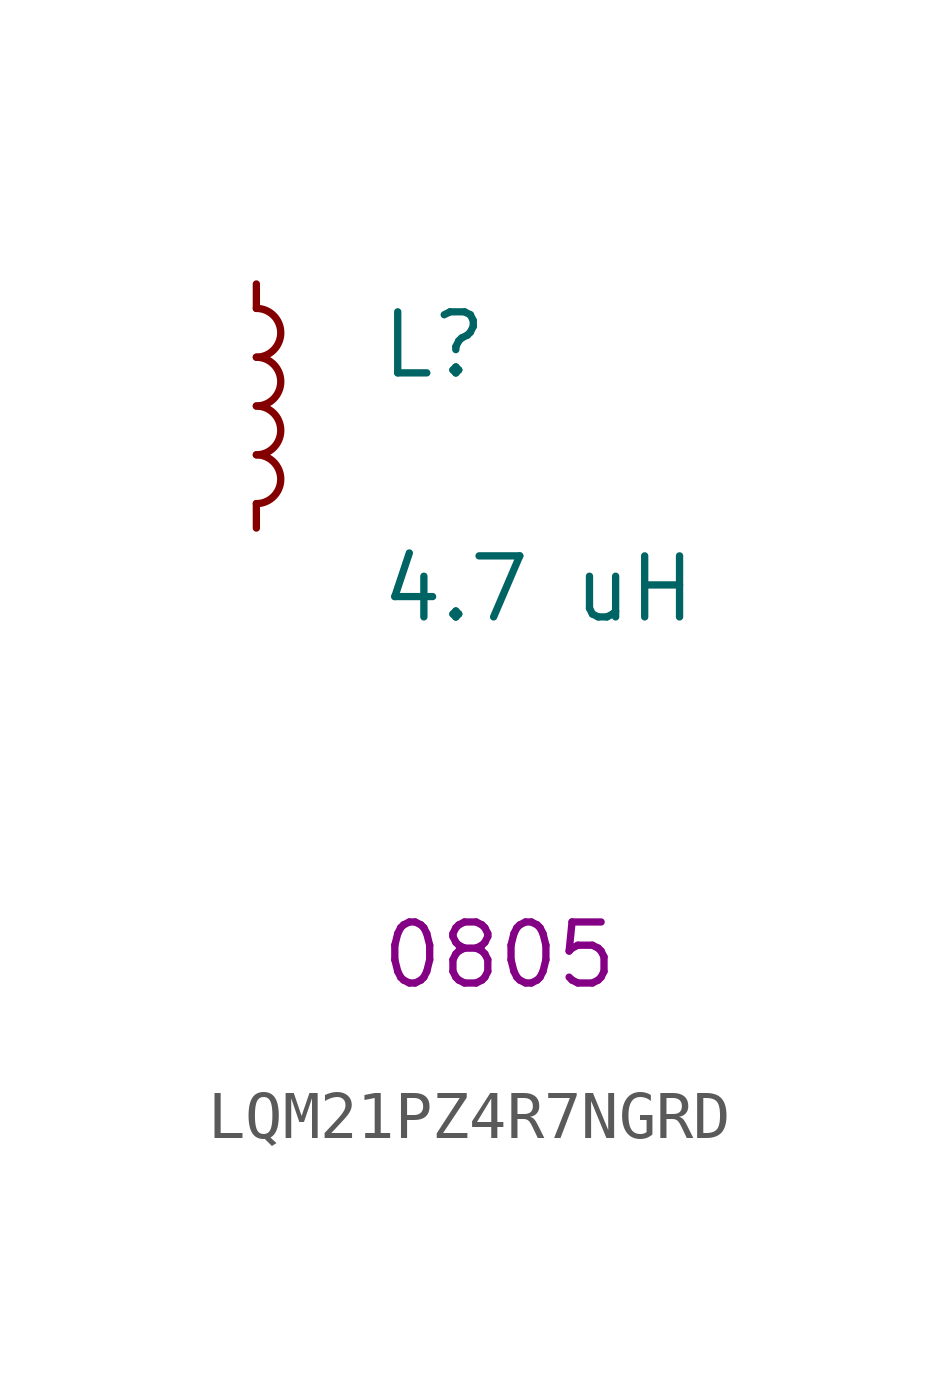
<source format=kicad_sym>
(kicad_symbol_lib
  (version 20231120)
  (generator "kicad_symbol_editor")
  (generator_version "8.0")
  (symbol "LQM21PZ4R7NGRD"
    (pin_numbers hide)
    (pin_names
      (offset 0.254) hide)
    (property "Reference" "L"
      (at 2.54 1.27 0)
      (effects (font (size 1.27 1.27)) (justify left)))
    (property "Value" "4.7 uH"
      (at 2.54 -3.81 0)
      (effects (font (size 1.27 1.27)) (justify left)))
    (property "Chip Set" "0805"
      (at 2.54 -11.43 0)
      (effects (font (size 1.27 1.27)) (justify left)))
    (symbol "LQM21PZ4R7NGRD_0_1"
      (arc (start 0 -2.032) (mid 0.5058 -1.524) (end 0 -1.016) (stroke (width 0) (type solid)) (fill (type none)))
      (arc (start 0 -1.016) (mid 0.5058 -0.508) (end 0 0) (stroke (width 0) (type solid)) (fill (type none)))
      (arc (start 0 0) (mid 0.5058 0.508) (end 0 1.016) (stroke (width 0) (type solid)) (fill (type none)))
      (arc (start 0 1.016) (mid 0.5058 1.524) (end 0 2.032) (stroke (width 0) (type solid)) (fill (type none))))
    (symbol "LQM21PZ4R7NGRD_1_1"
      (pin passive line (at 0 2.54 270) (length 0.508) (name "~" (effects (font (size 1.27 1.27)))) (number "1" (effects (font (size 1.27 1.27)))))
      (pin passive line (at 0 -2.54 90) (length 0.508) (name "~" (effects (font (size 1.27 1.27)))) (number "2" (effects (font (size 1.27 1.27))))))))
</source>
